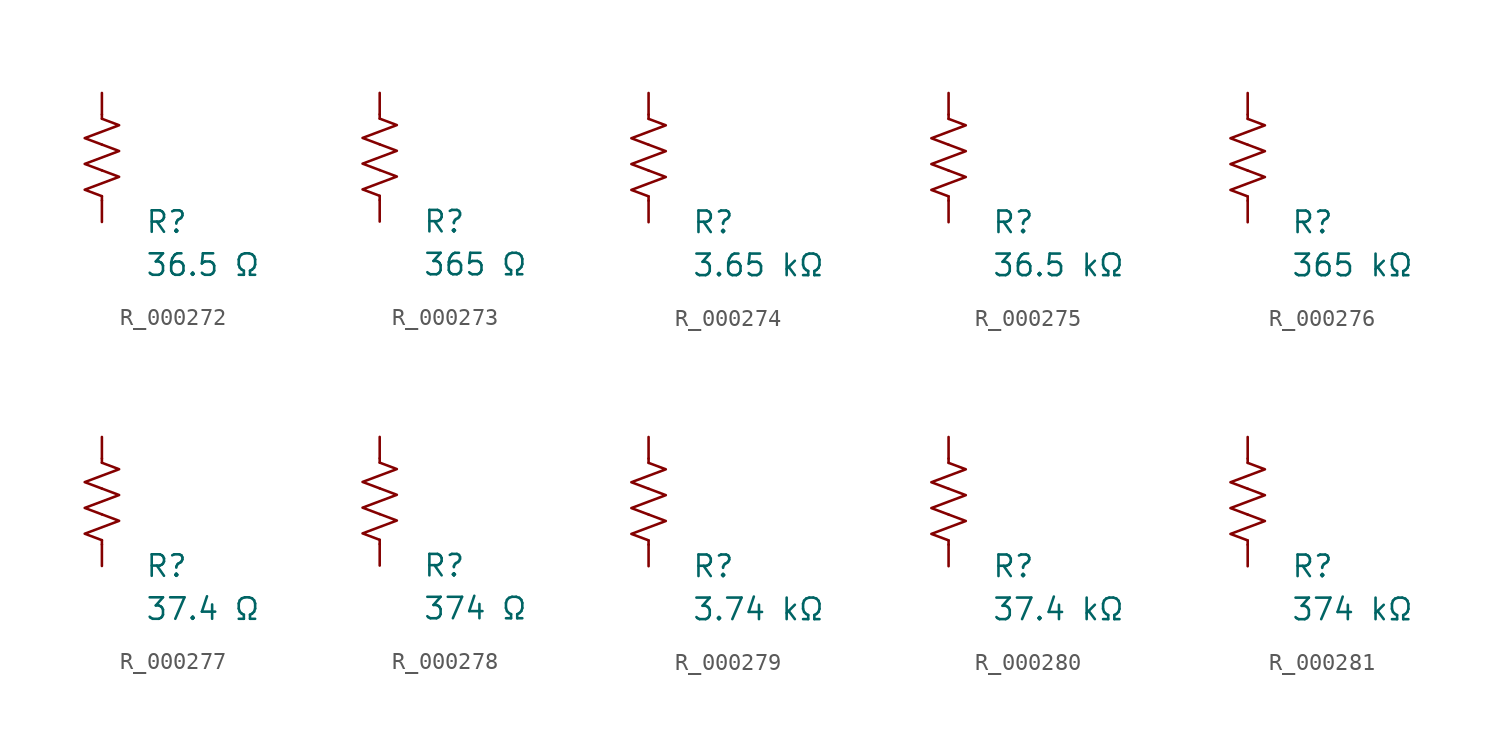
<source format=kicad_sym>
(kicad_symbol_lib
  (version 20231120)
  (generator "kicad_symbol_editor")
  (generator_version "8.0")
  (symbol "R_000272"
    (pin_numbers hide)
    (pin_names
      (offset 0))
    (property "Reference" "R"
      (at 2.54 -3.81 0)
      (effects (font (size 1.27 1.27)) (justify left))
      (show_name no))
    (property "Value" "36.5 Ω"
      (at 2.54 -6.35 0)
      (effects (font (size 1.27 1.27)) (justify left))
      (show_name no))
    (symbol "R_000272_0_1"
      (polyline (pts (xy 0 -2.286) (xy 0 -2.54)) (stroke (width 0) (type default)) (fill (type none)))
      (polyline (pts (xy 0 2.286) (xy 0 2.54)) (stroke (width 0) (type default)) (fill (type none)))
      (polyline (pts (xy 0 -0.762) (xy 1.016 -1.143) (xy 0 -1.524) (xy -1.016 -1.905) (xy 0 -2.286)) (stroke (width 0) (type default)) (fill (type none)))
      (polyline (pts (xy 0 0.762) (xy 1.016 0.381) (xy 0 0) (xy -1.016 -0.381) (xy 0 -0.762)) (stroke (width 0) (type default)) (fill (type none)))
      (polyline (pts (xy 0 2.286) (xy 1.016 1.905) (xy 0 1.524) (xy -1.016 1.143) (xy 0 0.762)) (stroke (width 0) (type default)) (fill (type none))))
    (symbol "R_000272_1_1"
      (pin passive line (at 0 3.81 270) (length 1.27) (name "~" (effects (font (size 1.27 1.27)))) (number "1" (effects (font (size 1.27 1.27)))))
      (pin passive line (at 0 -3.81 90) (length 1.27) (name "~" (effects (font (size 1.27 1.27)))) (number "2" (effects (font (size 1.27 1.27)))))))
  (symbol "R_000273"
    (pin_numbers hide)
    (pin_names
      (offset 0))
    (property "Reference" "R"
      (at 2.54 -3.81 0)
      (effects (font (size 1.27 1.27)) (justify left))
      (show_name no))
    (property "Value" "365 Ω"
      (at 2.54 -6.35 0)
      (effects (font (size 1.27 1.27)) (justify left))
      (show_name no))
    (symbol "R_000273_0_1"
      (polyline (pts (xy 0 -2.286) (xy 0 -2.54)) (stroke (width 0) (type default)) (fill (type none)))
      (polyline (pts (xy 0 2.286) (xy 0 2.54)) (stroke (width 0) (type default)) (fill (type none)))
      (polyline (pts (xy 0 -0.762) (xy 1.016 -1.143) (xy 0 -1.524) (xy -1.016 -1.905) (xy 0 -2.286)) (stroke (width 0) (type default)) (fill (type none)))
      (polyline (pts (xy 0 0.762) (xy 1.016 0.381) (xy 0 0) (xy -1.016 -0.381) (xy 0 -0.762)) (stroke (width 0) (type default)) (fill (type none)))
      (polyline (pts (xy 0 2.286) (xy 1.016 1.905) (xy 0 1.524) (xy -1.016 1.143) (xy 0 0.762)) (stroke (width 0) (type default)) (fill (type none))))
    (symbol "R_000273_1_1"
      (pin passive line (at 0 3.81 270) (length 1.27) (name "~" (effects (font (size 1.27 1.27)))) (number "1" (effects (font (size 1.27 1.27)))))
      (pin passive line (at 0 -3.81 90) (length 1.27) (name "~" (effects (font (size 1.27 1.27)))) (number "2" (effects (font (size 1.27 1.27)))))))
  (symbol "R_000274"
    (pin_numbers hide)
    (pin_names
      (offset 0))
    (property "Reference" "R"
      (at 2.54 -3.81 0)
      (effects (font (size 1.27 1.27)) (justify left))
      (show_name no))
    (property "Value" "3.65 kΩ"
      (at 2.54 -6.35 0)
      (effects (font (size 1.27 1.27)) (justify left))
      (show_name no))
    (symbol "R_000274_0_1"
      (polyline (pts (xy 0 -2.286) (xy 0 -2.54)) (stroke (width 0) (type default)) (fill (type none)))
      (polyline (pts (xy 0 2.286) (xy 0 2.54)) (stroke (width 0) (type default)) (fill (type none)))
      (polyline (pts (xy 0 -0.762) (xy 1.016 -1.143) (xy 0 -1.524) (xy -1.016 -1.905) (xy 0 -2.286)) (stroke (width 0) (type default)) (fill (type none)))
      (polyline (pts (xy 0 0.762) (xy 1.016 0.381) (xy 0 0) (xy -1.016 -0.381) (xy 0 -0.762)) (stroke (width 0) (type default)) (fill (type none)))
      (polyline (pts (xy 0 2.286) (xy 1.016 1.905) (xy 0 1.524) (xy -1.016 1.143) (xy 0 0.762)) (stroke (width 0) (type default)) (fill (type none))))
    (symbol "R_000274_1_1"
      (pin passive line (at 0 3.81 270) (length 1.27) (name "~" (effects (font (size 1.27 1.27)))) (number "1" (effects (font (size 1.27 1.27)))))
      (pin passive line (at 0 -3.81 90) (length 1.27) (name "~" (effects (font (size 1.27 1.27)))) (number "2" (effects (font (size 1.27 1.27)))))))
  (symbol "R_000275"
    (pin_numbers hide)
    (pin_names
      (offset 0))
    (property "Reference" "R"
      (at 2.54 -3.81 0)
      (effects (font (size 1.27 1.27)) (justify left))
      (show_name no))
    (property "Value" "36.5 kΩ"
      (at 2.54 -6.35 0)
      (effects (font (size 1.27 1.27)) (justify left))
      (show_name no))
    (symbol "R_000275_0_1"
      (polyline (pts (xy 0 -2.286) (xy 0 -2.54)) (stroke (width 0) (type default)) (fill (type none)))
      (polyline (pts (xy 0 2.286) (xy 0 2.54)) (stroke (width 0) (type default)) (fill (type none)))
      (polyline (pts (xy 0 -0.762) (xy 1.016 -1.143) (xy 0 -1.524) (xy -1.016 -1.905) (xy 0 -2.286)) (stroke (width 0) (type default)) (fill (type none)))
      (polyline (pts (xy 0 0.762) (xy 1.016 0.381) (xy 0 0) (xy -1.016 -0.381) (xy 0 -0.762)) (stroke (width 0) (type default)) (fill (type none)))
      (polyline (pts (xy 0 2.286) (xy 1.016 1.905) (xy 0 1.524) (xy -1.016 1.143) (xy 0 0.762)) (stroke (width 0) (type default)) (fill (type none))))
    (symbol "R_000275_1_1"
      (pin passive line (at 0 3.81 270) (length 1.27) (name "~" (effects (font (size 1.27 1.27)))) (number "1" (effects (font (size 1.27 1.27)))))
      (pin passive line (at 0 -3.81 90) (length 1.27) (name "~" (effects (font (size 1.27 1.27)))) (number "2" (effects (font (size 1.27 1.27)))))))
  (symbol "R_000276"
    (pin_numbers hide)
    (pin_names
      (offset 0))
    (property "Reference" "R"
      (at 2.54 -3.81 0)
      (effects (font (size 1.27 1.27)) (justify left))
      (show_name no))
    (property "Value" "365 kΩ"
      (at 2.54 -6.35 0)
      (effects (font (size 1.27 1.27)) (justify left))
      (show_name no))
    (symbol "R_000276_0_1"
      (polyline (pts (xy 0 -2.286) (xy 0 -2.54)) (stroke (width 0) (type default)) (fill (type none)))
      (polyline (pts (xy 0 2.286) (xy 0 2.54)) (stroke (width 0) (type default)) (fill (type none)))
      (polyline (pts (xy 0 -0.762) (xy 1.016 -1.143) (xy 0 -1.524) (xy -1.016 -1.905) (xy 0 -2.286)) (stroke (width 0) (type default)) (fill (type none)))
      (polyline (pts (xy 0 0.762) (xy 1.016 0.381) (xy 0 0) (xy -1.016 -0.381) (xy 0 -0.762)) (stroke (width 0) (type default)) (fill (type none)))
      (polyline (pts (xy 0 2.286) (xy 1.016 1.905) (xy 0 1.524) (xy -1.016 1.143) (xy 0 0.762)) (stroke (width 0) (type default)) (fill (type none))))
    (symbol "R_000276_1_1"
      (pin passive line (at 0 3.81 270) (length 1.27) (name "~" (effects (font (size 1.27 1.27)))) (number "1" (effects (font (size 1.27 1.27)))))
      (pin passive line (at 0 -3.81 90) (length 1.27) (name "~" (effects (font (size 1.27 1.27)))) (number "2" (effects (font (size 1.27 1.27)))))))
  (symbol "R_000277"
    (pin_numbers hide)
    (pin_names
      (offset 0))
    (property "Reference" "R"
      (at 2.54 -3.81 0)
      (effects (font (size 1.27 1.27)) (justify left))
      (show_name no))
    (property "Value" "37.4 Ω"
      (at 2.54 -6.35 0)
      (effects (font (size 1.27 1.27)) (justify left))
      (show_name no))
    (symbol "R_000277_0_1"
      (polyline (pts (xy 0 -2.286) (xy 0 -2.54)) (stroke (width 0) (type default)) (fill (type none)))
      (polyline (pts (xy 0 2.286) (xy 0 2.54)) (stroke (width 0) (type default)) (fill (type none)))
      (polyline (pts (xy 0 -0.762) (xy 1.016 -1.143) (xy 0 -1.524) (xy -1.016 -1.905) (xy 0 -2.286)) (stroke (width 0) (type default)) (fill (type none)))
      (polyline (pts (xy 0 0.762) (xy 1.016 0.381) (xy 0 0) (xy -1.016 -0.381) (xy 0 -0.762)) (stroke (width 0) (type default)) (fill (type none)))
      (polyline (pts (xy 0 2.286) (xy 1.016 1.905) (xy 0 1.524) (xy -1.016 1.143) (xy 0 0.762)) (stroke (width 0) (type default)) (fill (type none))))
    (symbol "R_000277_1_1"
      (pin passive line (at 0 3.81 270) (length 1.27) (name "~" (effects (font (size 1.27 1.27)))) (number "1" (effects (font (size 1.27 1.27)))))
      (pin passive line (at 0 -3.81 90) (length 1.27) (name "~" (effects (font (size 1.27 1.27)))) (number "2" (effects (font (size 1.27 1.27)))))))
  (symbol "R_000278"
    (pin_numbers hide)
    (pin_names
      (offset 0))
    (property "Reference" "R"
      (at 2.54 -3.81 0)
      (effects (font (size 1.27 1.27)) (justify left))
      (show_name no))
    (property "Value" "374 Ω"
      (at 2.54 -6.35 0)
      (effects (font (size 1.27 1.27)) (justify left))
      (show_name no))
    (symbol "R_000278_0_1"
      (polyline (pts (xy 0 -2.286) (xy 0 -2.54)) (stroke (width 0) (type default)) (fill (type none)))
      (polyline (pts (xy 0 2.286) (xy 0 2.54)) (stroke (width 0) (type default)) (fill (type none)))
      (polyline (pts (xy 0 -0.762) (xy 1.016 -1.143) (xy 0 -1.524) (xy -1.016 -1.905) (xy 0 -2.286)) (stroke (width 0) (type default)) (fill (type none)))
      (polyline (pts (xy 0 0.762) (xy 1.016 0.381) (xy 0 0) (xy -1.016 -0.381) (xy 0 -0.762)) (stroke (width 0) (type default)) (fill (type none)))
      (polyline (pts (xy 0 2.286) (xy 1.016 1.905) (xy 0 1.524) (xy -1.016 1.143) (xy 0 0.762)) (stroke (width 0) (type default)) (fill (type none))))
    (symbol "R_000278_1_1"
      (pin passive line (at 0 3.81 270) (length 1.27) (name "~" (effects (font (size 1.27 1.27)))) (number "1" (effects (font (size 1.27 1.27)))))
      (pin passive line (at 0 -3.81 90) (length 1.27) (name "~" (effects (font (size 1.27 1.27)))) (number "2" (effects (font (size 1.27 1.27)))))))
  (symbol "R_000279"
    (pin_numbers hide)
    (pin_names
      (offset 0))
    (property "Reference" "R"
      (at 2.54 -3.81 0)
      (effects (font (size 1.27 1.27)) (justify left))
      (show_name no))
    (property "Value" "3.74 kΩ"
      (at 2.54 -6.35 0)
      (effects (font (size 1.27 1.27)) (justify left))
      (show_name no))
    (symbol "R_000279_0_1"
      (polyline (pts (xy 0 -2.286) (xy 0 -2.54)) (stroke (width 0) (type default)) (fill (type none)))
      (polyline (pts (xy 0 2.286) (xy 0 2.54)) (stroke (width 0) (type default)) (fill (type none)))
      (polyline (pts (xy 0 -0.762) (xy 1.016 -1.143) (xy 0 -1.524) (xy -1.016 -1.905) (xy 0 -2.286)) (stroke (width 0) (type default)) (fill (type none)))
      (polyline (pts (xy 0 0.762) (xy 1.016 0.381) (xy 0 0) (xy -1.016 -0.381) (xy 0 -0.762)) (stroke (width 0) (type default)) (fill (type none)))
      (polyline (pts (xy 0 2.286) (xy 1.016 1.905) (xy 0 1.524) (xy -1.016 1.143) (xy 0 0.762)) (stroke (width 0) (type default)) (fill (type none))))
    (symbol "R_000279_1_1"
      (pin passive line (at 0 3.81 270) (length 1.27) (name "~" (effects (font (size 1.27 1.27)))) (number "1" (effects (font (size 1.27 1.27)))))
      (pin passive line (at 0 -3.81 90) (length 1.27) (name "~" (effects (font (size 1.27 1.27)))) (number "2" (effects (font (size 1.27 1.27)))))))
  (symbol "R_000280"
    (pin_numbers hide)
    (pin_names
      (offset 0))
    (property "Reference" "R"
      (at 2.54 -3.81 0)
      (effects (font (size 1.27 1.27)) (justify left))
      (show_name no))
    (property "Value" "37.4 kΩ"
      (at 2.54 -6.35 0)
      (effects (font (size 1.27 1.27)) (justify left))
      (show_name no))
    (symbol "R_000280_0_1"
      (polyline (pts (xy 0 -2.286) (xy 0 -2.54)) (stroke (width 0) (type default)) (fill (type none)))
      (polyline (pts (xy 0 2.286) (xy 0 2.54)) (stroke (width 0) (type default)) (fill (type none)))
      (polyline (pts (xy 0 -0.762) (xy 1.016 -1.143) (xy 0 -1.524) (xy -1.016 -1.905) (xy 0 -2.286)) (stroke (width 0) (type default)) (fill (type none)))
      (polyline (pts (xy 0 0.762) (xy 1.016 0.381) (xy 0 0) (xy -1.016 -0.381) (xy 0 -0.762)) (stroke (width 0) (type default)) (fill (type none)))
      (polyline (pts (xy 0 2.286) (xy 1.016 1.905) (xy 0 1.524) (xy -1.016 1.143) (xy 0 0.762)) (stroke (width 0) (type default)) (fill (type none))))
    (symbol "R_000280_1_1"
      (pin passive line (at 0 3.81 270) (length 1.27) (name "~" (effects (font (size 1.27 1.27)))) (number "1" (effects (font (size 1.27 1.27)))))
      (pin passive line (at 0 -3.81 90) (length 1.27) (name "~" (effects (font (size 1.27 1.27)))) (number "2" (effects (font (size 1.27 1.27)))))))
  (symbol "R_000281"
    (pin_numbers hide)
    (pin_names
      (offset 0))
    (property "Reference" "R"
      (at 2.54 -3.81 0)
      (effects (font (size 1.27 1.27)) (justify left))
      (show_name no))
    (property "Value" "374 kΩ"
      (at 2.54 -6.35 0)
      (effects (font (size 1.27 1.27)) (justify left))
      (show_name no))
    (symbol "R_000281_0_1"
      (polyline (pts (xy 0 -2.286) (xy 0 -2.54)) (stroke (width 0) (type default)) (fill (type none)))
      (polyline (pts (xy 0 2.286) (xy 0 2.54)) (stroke (width 0) (type default)) (fill (type none)))
      (polyline (pts (xy 0 -0.762) (xy 1.016 -1.143) (xy 0 -1.524) (xy -1.016 -1.905) (xy 0 -2.286)) (stroke (width 0) (type default)) (fill (type none)))
      (polyline (pts (xy 0 0.762) (xy 1.016 0.381) (xy 0 0) (xy -1.016 -0.381) (xy 0 -0.762)) (stroke (width 0) (type default)) (fill (type none)))
      (polyline (pts (xy 0 2.286) (xy 1.016 1.905) (xy 0 1.524) (xy -1.016 1.143) (xy 0 0.762)) (stroke (width 0) (type default)) (fill (type none))))
    (symbol "R_000281_1_1"
      (pin passive line (at 0 3.81 270) (length 1.27) (name "~" (effects (font (size 1.27 1.27)))) (number "1" (effects (font (size 1.27 1.27)))))
      (pin passive line (at 0 -3.81 90) (length 1.27) (name "~" (effects (font (size 1.27 1.27)))) (number "2" (effects (font (size 1.27 1.27))))))))
</source>
